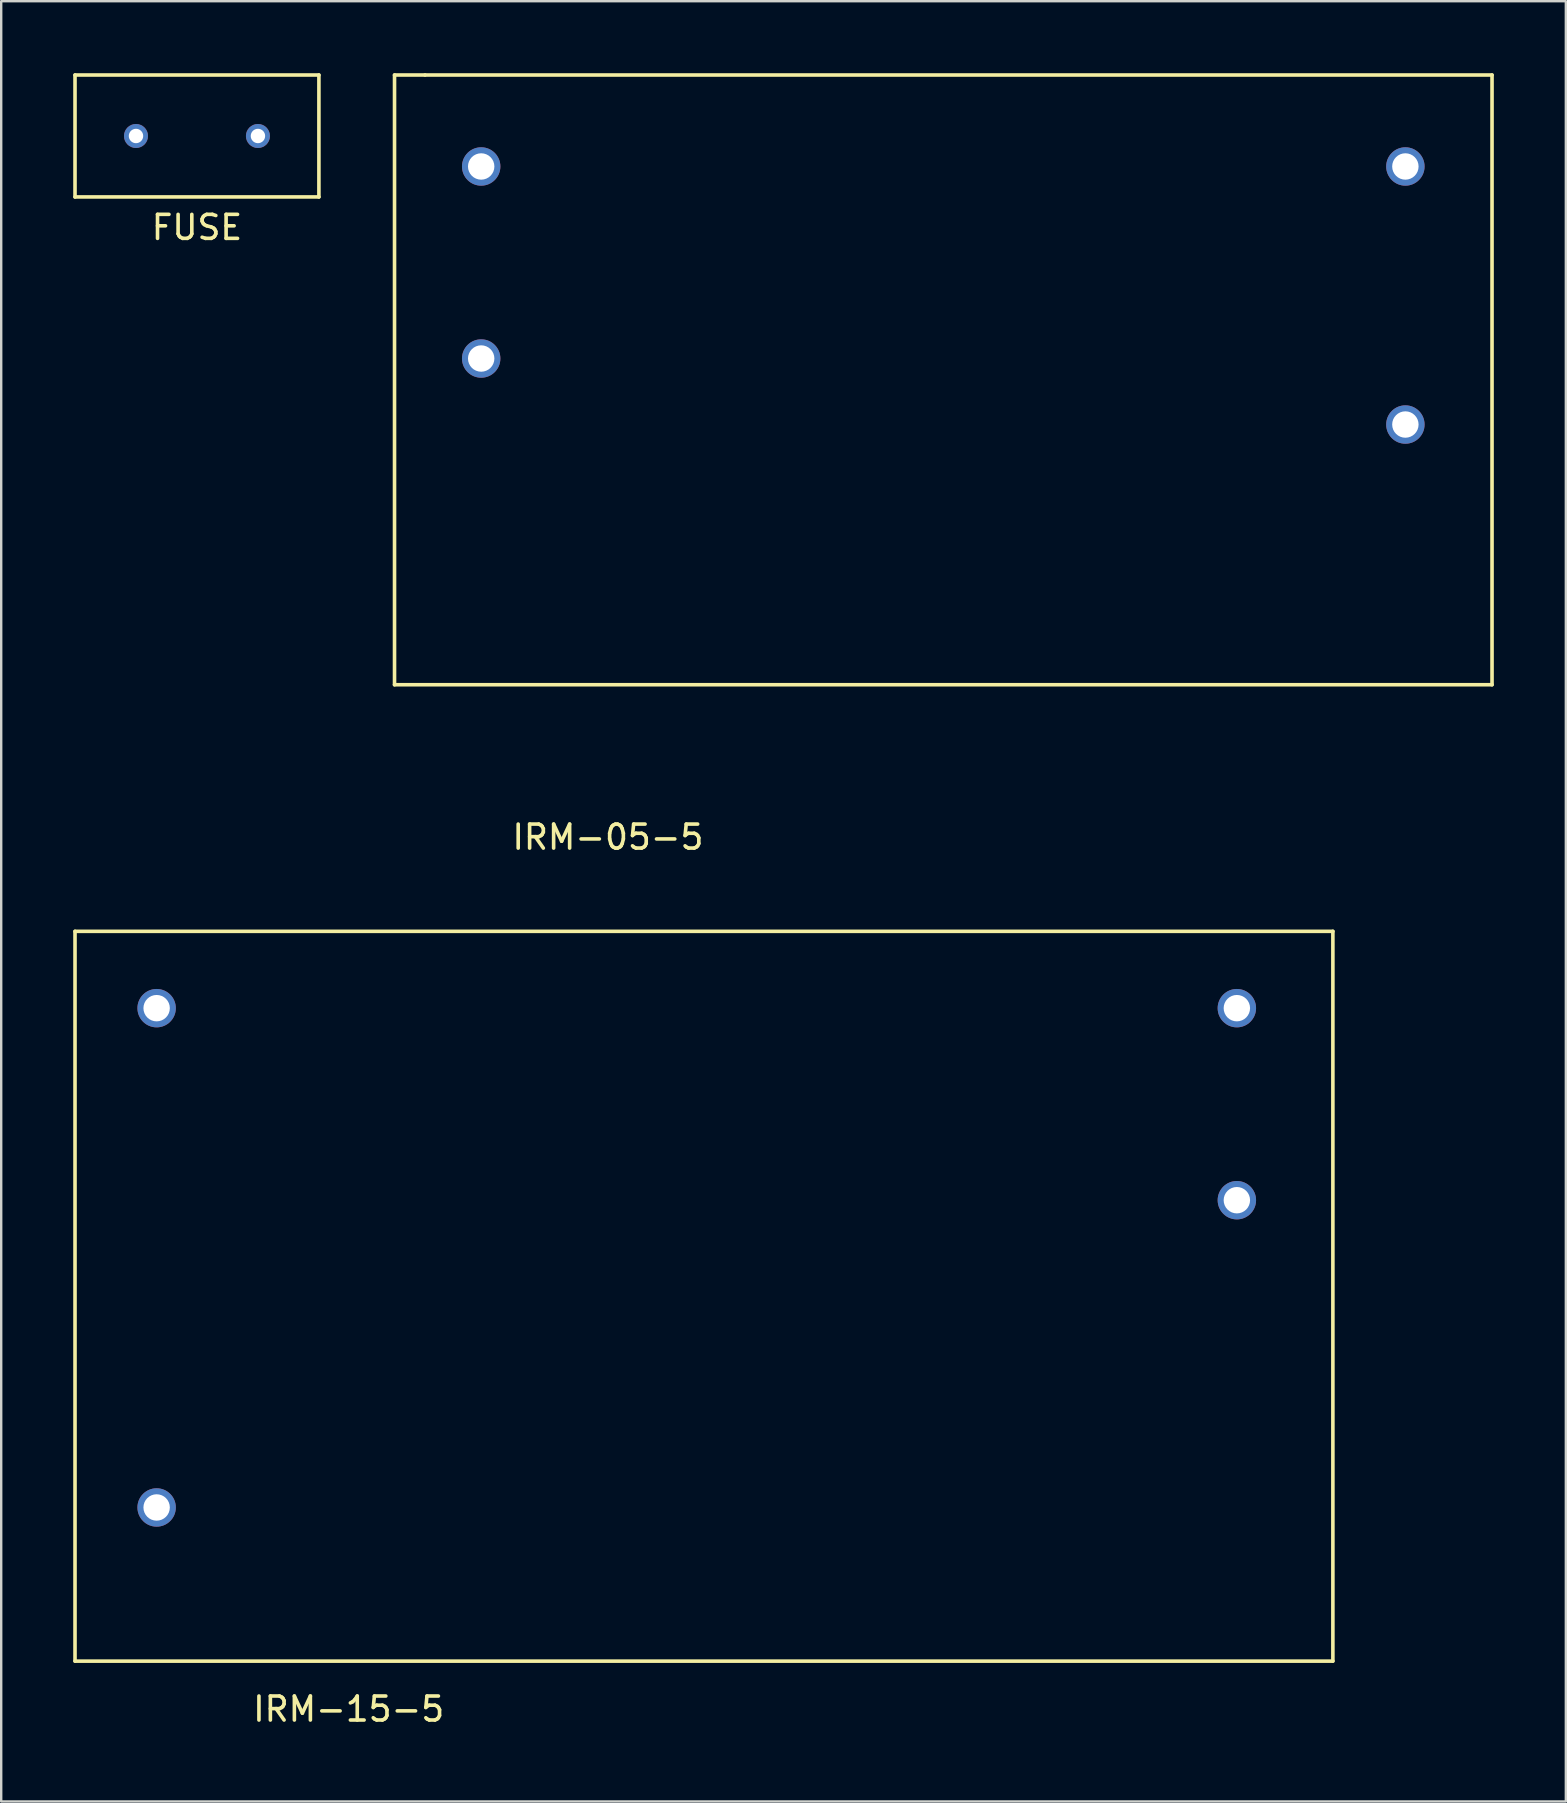
<source format=kicad_pcb>
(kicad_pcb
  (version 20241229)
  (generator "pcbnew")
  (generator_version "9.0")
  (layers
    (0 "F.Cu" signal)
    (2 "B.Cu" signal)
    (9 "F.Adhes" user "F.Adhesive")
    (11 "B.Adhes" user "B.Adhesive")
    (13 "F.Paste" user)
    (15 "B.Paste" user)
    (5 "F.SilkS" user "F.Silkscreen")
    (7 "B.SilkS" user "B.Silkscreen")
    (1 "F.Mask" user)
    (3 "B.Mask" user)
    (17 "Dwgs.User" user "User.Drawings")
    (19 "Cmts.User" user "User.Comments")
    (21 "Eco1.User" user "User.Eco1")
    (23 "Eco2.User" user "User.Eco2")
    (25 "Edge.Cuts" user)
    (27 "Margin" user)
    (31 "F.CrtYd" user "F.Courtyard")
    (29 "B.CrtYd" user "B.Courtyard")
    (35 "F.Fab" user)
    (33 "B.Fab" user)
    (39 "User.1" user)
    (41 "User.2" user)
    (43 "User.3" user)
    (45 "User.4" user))
  (footprint "IRM-05-5"
    (layer "F.Cu")
    (at 36.245 3.885)
    (property "Reference" "IRM-05-5" (at -13.97 27.94 0) (layer "F.SilkS") (effects (font (size 1 1) (thickness 0.15))))
    (attr through_hole)
    (fp_line (start -22.86 -3.81) (end -22.86 21.59) (stroke (width 0.15) (type solid)) (layer "F.SilkS"))
    (fp_line (start -22.86 21.59) (end 22.86 21.59) (stroke (width 0.15) (type solid)) (layer "F.SilkS"))
    (fp_line (start -21.59 -3.81) (end -22.86 -3.81) (stroke (width 0.15) (type solid)) (layer "F.SilkS"))
    (fp_line (start -21.59 -3.81) (end 22.86 -3.81) (stroke (width 0.15) (type solid)) (layer "F.SilkS"))
    (fp_line (start 22.86 21.59) (end 22.86 -3.81) (stroke (width 0.15) (type solid)) (layer "F.SilkS"))
    (pad "1" thru_hole circle (at 19.25 0) (size 1.6 1.6) (drill 1.1) (layers "*.Cu" "*.Mask"))
    (pad "2" thru_hole circle (at 19.25 10.75) (size 1.6 1.6) (drill 1.1) (layers "*.Cu" "*.Mask"))
    (pad "3" thru_hole circle (at -19.25 8) (size 1.6 1.6) (drill 1.1) (layers "*.Cu" "*.Mask"))
    (pad "4" thru_hole circle (at -19.25 0) (size 1.6 1.6) (drill 1.1) (layers "*.Cu" "*.Mask")))
  (footprint "IRM-15-5"
    (layer "F.Cu")
    (at 27.275 38.948)
    (property "Reference" "IRM-15-5" (at -15.8 29.2 0) (layer "F.SilkS") (effects (font (size 1 1) (thickness 0.15))))
    (attr through_hole)
    (fp_line (start -27.2 -3.2) (end -27.2 27.2) (stroke (width 0.15) (type solid)) (layer "F.SilkS"))
    (fp_line (start -27.2 27.2) (end 25.2 27.2) (stroke (width 0.15) (type solid)) (layer "F.SilkS"))
    (fp_line (start 25.2 -3.2) (end -27.2 -3.2) (stroke (width 0.15) (type solid)) (layer "F.SilkS"))
    (fp_line (start 25.2 27.2) (end 25.2 -3.2) (stroke (width 0.15) (type solid)) (layer "F.SilkS"))
    (pad "1" thru_hole circle (at 21.2 0) (size 1.6 1.6) (drill 1.1) (layers "*.Cu" "*.Mask"))
    (pad "2" thru_hole circle (at 21.2 8) (size 1.6 1.6) (drill 1.1) (layers "*.Cu" "*.Mask"))
    (pad "3" thru_hole circle (at -23.8 20.8) (size 1.6 1.6) (drill 1.1) (layers "*.Cu" "*.Mask"))
    (pad "4" thru_hole circle (at -23.8 0) (size 1.6 1.6) (drill 1.1) (layers "*.Cu" "*.Mask")))
  (footprint "FUSE"
    (layer "F.Cu")
    (at 5.155 2.615)
    (property "Reference" "FUSE" (at 0 3.81 0) (layer "F.SilkS") (effects (font (size 1 1) (thickness 0.15))))
    (attr through_hole)
    (fp_line (start -5.08 -2.54) (end 5.08 -2.54) (stroke (width 0.15) (type solid)) (layer "F.SilkS"))
    (fp_line (start -5.08 2.54) (end -5.08 -2.54) (stroke (width 0.15) (type solid)) (layer "F.SilkS"))
    (fp_line (start 5.08 -2.54) (end 5.08 2.54) (stroke (width 0.15) (type solid)) (layer "F.SilkS"))
    (fp_line (start 5.08 2.54) (end -5.08 2.54) (stroke (width 0.15) (type solid)) (layer "F.SilkS"))
    (pad "1" thru_hole circle (at -2.54 0) (size 1 1) (drill 0.6) (layers "*.Cu" "*.Mask"))
    (pad "2" thru_hole circle (at 2.54 0) (size 1 1) (drill 0.6) (layers "*.Cu" "*.Mask")))
  (gr_rect
    (start -3 -3)
    (end 62.18 71.996)
    (stroke (width 0.1) (type default))
    (fill no)
    (layer "Edge.Cuts")))
</source>
